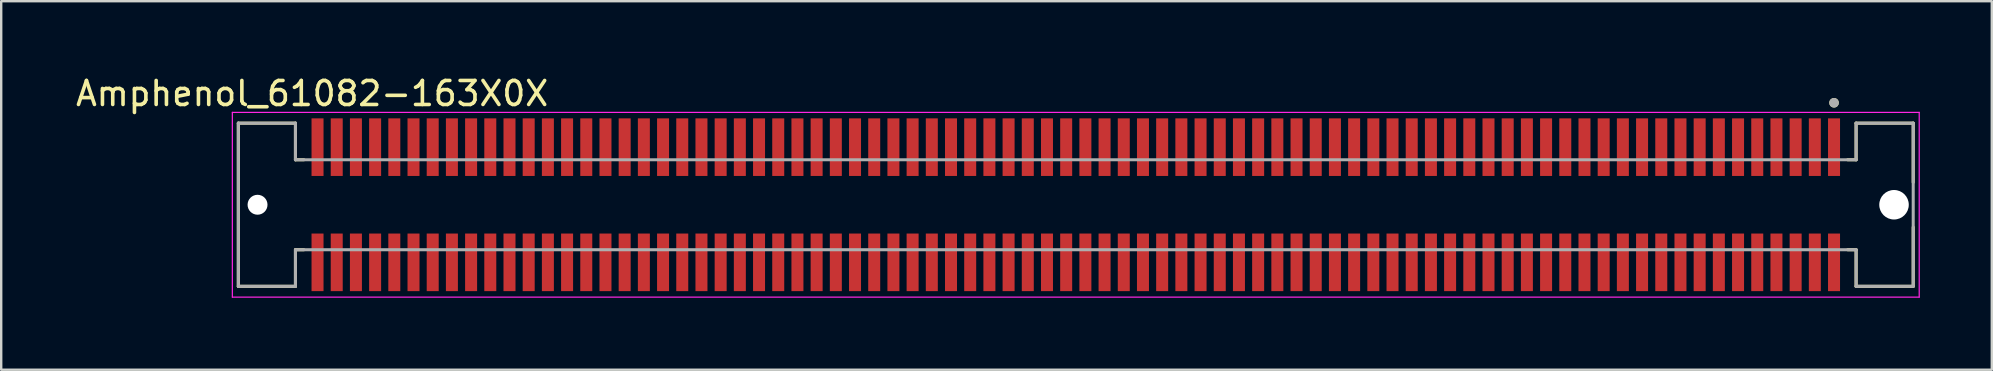
<source format=kicad_pcb>
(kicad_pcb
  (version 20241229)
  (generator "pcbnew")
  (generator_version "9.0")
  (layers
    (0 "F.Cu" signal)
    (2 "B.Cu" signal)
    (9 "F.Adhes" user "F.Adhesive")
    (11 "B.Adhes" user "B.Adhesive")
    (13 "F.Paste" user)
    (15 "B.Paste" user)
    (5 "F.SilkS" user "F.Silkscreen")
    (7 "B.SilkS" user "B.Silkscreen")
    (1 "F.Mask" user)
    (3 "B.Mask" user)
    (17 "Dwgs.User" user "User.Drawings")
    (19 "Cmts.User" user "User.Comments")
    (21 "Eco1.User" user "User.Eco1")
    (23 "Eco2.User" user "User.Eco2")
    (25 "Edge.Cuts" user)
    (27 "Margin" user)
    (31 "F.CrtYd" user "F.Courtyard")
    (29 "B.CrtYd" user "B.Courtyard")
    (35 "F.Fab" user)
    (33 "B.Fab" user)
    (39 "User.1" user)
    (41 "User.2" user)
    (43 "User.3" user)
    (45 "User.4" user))
  (footprint "Amphenol_61082-163X0X"
    (layer "F.Cu")
    (at 41.783 5.483)
    (property "Reference" "Amphenol_61082-163X0X" (at -31.825 -4.635 0) (layer "F.SilkS") (effects (font (size 1 1) (thickness 0.15))))
    (attr smd)
    (fp_line (start -34.9 -3.4) (end -34.9 3.4) (stroke (width 0.127) (type solid)) (layer "F.SilkS"))
    (fp_line (start -34.9 -3.4) (end -32.52 -3.4) (stroke (width 0.127) (type solid)) (layer "F.SilkS"))
    (fp_line (start -34.9 3.4) (end -32.52 3.4) (stroke (width 0.127) (type solid)) (layer "F.SilkS"))
    (fp_line (start -32.52 -3.4) (end -32.52 -1.875) (stroke (width 0.127) (type solid)) (layer "F.SilkS"))
    (fp_line (start -32.52 -1.875) (end -32.17 -1.875) (stroke (width 0.127) (type solid)) (layer "F.SilkS"))
    (fp_line (start -32.52 1.875) (end -32.17 1.875) (stroke (width 0.127) (type solid)) (layer "F.SilkS"))
    (fp_line (start -32.52 3.4) (end -32.52 1.875) (stroke (width 0.127) (type solid)) (layer "F.SilkS"))
    (fp_line (start 32.52 -3.4) (end 32.52 -1.875) (stroke (width 0.127) (type solid)) (layer "F.SilkS"))
    (fp_line (start 32.52 -3.4) (end 34.9 -3.4) (stroke (width 0.127) (type solid)) (layer "F.SilkS"))
    (fp_line (start 32.52 -1.875) (end 32.17 -1.875) (stroke (width 0.127) (type solid)) (layer "F.SilkS"))
    (fp_line (start 32.52 1.875) (end 32.17 1.875) (stroke (width 0.127) (type solid)) (layer "F.SilkS"))
    (fp_line (start 32.52 3.4) (end 32.52 1.875) (stroke (width 0.127) (type solid)) (layer "F.SilkS"))
    (fp_line (start 32.52 3.4) (end 34.9 3.4) (stroke (width 0.127) (type solid)) (layer "F.SilkS"))
    (fp_line (start 34.9 -3.4) (end 34.9 -0.935) (stroke (width 0.127) (type solid)) (layer "F.SilkS"))
    (fp_line (start 34.9 3.4) (end 34.9 0.935) (stroke (width 0.127) (type solid)) (layer "F.SilkS"))
    (fp_circle (center 31.6 -4.25) (end 31.7 -4.25) (stroke (width 0.2) (type solid)) (fill no) (layer "F.SilkS"))
    (fp_line (start -35.15 -3.85) (end -35.15 3.85) (stroke (width 0.05) (type solid)) (layer "F.CrtYd"))
    (fp_line (start -35.15 3.85) (end 35.15 3.85) (stroke (width 0.05) (type solid)) (layer "F.CrtYd"))
    (fp_line (start 35.15 -3.85) (end -35.15 -3.85) (stroke (width 0.05) (type solid)) (layer "F.CrtYd"))
    (fp_line (start 35.15 3.85) (end 35.15 -3.85) (stroke (width 0.05) (type solid)) (layer "F.CrtYd"))
    (fp_line (start -34.9 -3.4) (end -34.9 3.4) (stroke (width 0.127) (type solid)) (layer "F.Fab"))
    (fp_line (start -34.9 -3.4) (end -32.52 -3.4) (stroke (width 0.127) (type solid)) (layer "F.Fab"))
    (fp_line (start -34.9 3.4) (end -32.52 3.4) (stroke (width 0.127) (type solid)) (layer "F.Fab"))
    (fp_line (start -32.52 -3.4) (end -32.52 -1.875) (stroke (width 0.127) (type solid)) (layer "F.Fab"))
    (fp_line (start -32.52 -1.875) (end 32.52 -1.875) (stroke (width 0.127) (type solid)) (layer "F.Fab"))
    (fp_line (start -32.52 1.875) (end 32.52 1.875) (stroke (width 0.127) (type solid)) (layer "F.Fab"))
    (fp_line (start -32.52 3.4) (end -32.52 1.875) (stroke (width 0.127) (type solid)) (layer "F.Fab"))
    (fp_line (start 32.52 -3.4) (end 34.9 -3.4) (stroke (width 0.127) (type solid)) (layer "F.Fab"))
    (fp_line (start 32.52 -1.875) (end 32.52 -3.4) (stroke (width 0.127) (type solid)) (layer "F.Fab"))
    (fp_line (start 32.52 1.875) (end 32.52 3.4) (stroke (width 0.127) (type solid)) (layer "F.Fab"))
    (fp_line (start 32.52 3.4) (end 34.9 3.4) (stroke (width 0.127) (type solid)) (layer "F.Fab"))
    (fp_line (start 34.9 -3.4) (end 34.9 3.4) (stroke (width 0.127) (type solid)) (layer "F.Fab"))
    (fp_circle (center 31.6 -4.25) (end 31.7 -4.25) (stroke (width 0.2) (type solid)) (fill no) (layer "F.Fab"))
    (pad "" np_thru_hole circle (at -34.1 0) (size 0.83 0.83) (drill 0.83) (layers "*.Cu" "*.Mask"))
    (pad "" np_thru_hole circle (at 34.1 0) (size 1.23 1.23) (drill 1.23) (layers "*.Cu" "*.Mask"))
    (pad "1" smd rect (at 31.6 -2.4) (size 0.5 2.4) (layers "F.Cu" "F.Mask" "F.Paste"))
    (pad "2" smd rect (at 31.6 2.4) (size 0.5 2.4) (layers "F.Cu" "F.Mask" "F.Paste"))
    (pad "3" smd rect (at 30.8 -2.4) (size 0.5 2.4) (layers "F.Cu" "F.Mask" "F.Paste"))
    (pad "4" smd rect (at 30.8 2.4) (size 0.5 2.4) (layers "F.Cu" "F.Mask" "F.Paste"))
    (pad "5" smd rect (at 30 -2.4) (size 0.5 2.4) (layers "F.Cu" "F.Mask" "F.Paste"))
    (pad "6" smd rect (at 30 2.4) (size 0.5 2.4) (layers "F.Cu" "F.Mask" "F.Paste"))
    (pad "7" smd rect (at 29.2 -2.4) (size 0.5 2.4) (layers "F.Cu" "F.Mask" "F.Paste"))
    (pad "8" smd rect (at 29.2 2.4) (size 0.5 2.4) (layers "F.Cu" "F.Mask" "F.Paste"))
    (pad "9" smd rect (at 28.4 -2.4) (size 0.5 2.4) (layers "F.Cu" "F.Mask" "F.Paste"))
    (pad "10" smd rect (at 28.4 2.4) (size 0.5 2.4) (layers "F.Cu" "F.Mask" "F.Paste"))
    (pad "11" smd rect (at 27.6 -2.4) (size 0.5 2.4) (layers "F.Cu" "F.Mask" "F.Paste"))
    (pad "12" smd rect (at 27.6 2.4) (size 0.5 2.4) (layers "F.Cu" "F.Mask" "F.Paste"))
    (pad "13" smd rect (at 26.8 -2.4) (size 0.5 2.4) (layers "F.Cu" "F.Mask" "F.Paste"))
    (pad "14" smd rect (at 26.8 2.4) (size 0.5 2.4) (layers "F.Cu" "F.Mask" "F.Paste"))
    (pad "15" smd rect (at 26 -2.4) (size 0.5 2.4) (layers "F.Cu" "F.Mask" "F.Paste"))
    (pad "16" smd rect (at 26 2.4) (size 0.5 2.4) (layers "F.Cu" "F.Mask" "F.Paste"))
    (pad "17" smd rect (at 25.2 -2.4) (size 0.5 2.4) (layers "F.Cu" "F.Mask" "F.Paste"))
    (pad "18" smd rect (at 25.2 2.4) (size 0.5 2.4) (layers "F.Cu" "F.Mask" "F.Paste"))
    (pad "19" smd rect (at 24.4 -2.4) (size 0.5 2.4) (layers "F.Cu" "F.Mask" "F.Paste"))
    (pad "20" smd rect (at 24.4 2.4) (size 0.5 2.4) (layers "F.Cu" "F.Mask" "F.Paste"))
    (pad "21" smd rect (at 23.6 -2.4) (size 0.5 2.4) (layers "F.Cu" "F.Mask" "F.Paste"))
    (pad "22" smd rect (at 23.6 2.4) (size 0.5 2.4) (layers "F.Cu" "F.Mask" "F.Paste"))
    (pad "23" smd rect (at 22.8 -2.4) (size 0.5 2.4) (layers "F.Cu" "F.Mask" "F.Paste"))
    (pad "24" smd rect (at 22.8 2.4) (size 0.5 2.4) (layers "F.Cu" "F.Mask" "F.Paste"))
    (pad "25" smd rect (at 22 -2.4) (size 0.5 2.4) (layers "F.Cu" "F.Mask" "F.Paste"))
    (pad "26" smd rect (at 22 2.4) (size 0.5 2.4) (layers "F.Cu" "F.Mask" "F.Paste"))
    (pad "27" smd rect (at 21.2 -2.4) (size 0.5 2.4) (layers "F.Cu" "F.Mask" "F.Paste"))
    (pad "28" smd rect (at 21.2 2.4) (size 0.5 2.4) (layers "F.Cu" "F.Mask" "F.Paste"))
    (pad "29" smd rect (at 20.4 -2.4) (size 0.5 2.4) (layers "F.Cu" "F.Mask" "F.Paste"))
    (pad "30" smd rect (at 20.4 2.4) (size 0.5 2.4) (layers "F.Cu" "F.Mask" "F.Paste"))
    (pad "31" smd rect (at 19.6 -2.4) (size 0.5 2.4) (layers "F.Cu" "F.Mask" "F.Paste"))
    (pad "32" smd rect (at 19.6 2.4) (size 0.5 2.4) (layers "F.Cu" "F.Mask" "F.Paste"))
    (pad "33" smd rect (at 18.8 -2.4) (size 0.5 2.4) (layers "F.Cu" "F.Mask" "F.Paste"))
    (pad "34" smd rect (at 18.8 2.4) (size 0.5 2.4) (layers "F.Cu" "F.Mask" "F.Paste"))
    (pad "35" smd rect (at 18 -2.4) (size 0.5 2.4) (layers "F.Cu" "F.Mask" "F.Paste"))
    (pad "36" smd rect (at 18 2.4) (size 0.5 2.4) (layers "F.Cu" "F.Mask" "F.Paste"))
    (pad "37" smd rect (at 17.2 -2.4) (size 0.5 2.4) (layers "F.Cu" "F.Mask" "F.Paste"))
    (pad "38" smd rect (at 17.2 2.4) (size 0.5 2.4) (layers "F.Cu" "F.Mask" "F.Paste"))
    (pad "39" smd rect (at 16.4 -2.4) (size 0.5 2.4) (layers "F.Cu" "F.Mask" "F.Paste"))
    (pad "40" smd rect (at 16.4 2.4) (size 0.5 2.4) (layers "F.Cu" "F.Mask" "F.Paste"))
    (pad "41" smd rect (at 15.6 -2.4) (size 0.5 2.4) (layers "F.Cu" "F.Mask" "F.Paste"))
    (pad "42" smd rect (at 15.6 2.4) (size 0.5 2.4) (layers "F.Cu" "F.Mask" "F.Paste"))
    (pad "43" smd rect (at 14.8 -2.4) (size 0.5 2.4) (layers "F.Cu" "F.Mask" "F.Paste"))
    (pad "44" smd rect (at 14.8 2.4) (size 0.5 2.4) (layers "F.Cu" "F.Mask" "F.Paste"))
    (pad "45" smd rect (at 14 -2.4) (size 0.5 2.4) (layers "F.Cu" "F.Mask" "F.Paste"))
    (pad "46" smd rect (at 14 2.4) (size 0.5 2.4) (layers "F.Cu" "F.Mask" "F.Paste"))
    (pad "47" smd rect (at 13.2 -2.4) (size 0.5 2.4) (layers "F.Cu" "F.Mask" "F.Paste"))
    (pad "48" smd rect (at 13.2 2.4) (size 0.5 2.4) (layers "F.Cu" "F.Mask" "F.Paste"))
    (pad "49" smd rect (at 12.4 -2.4) (size 0.5 2.4) (layers "F.Cu" "F.Mask" "F.Paste"))
    (pad "50" smd rect (at 12.4 2.4) (size 0.5 2.4) (layers "F.Cu" "F.Mask" "F.Paste"))
    (pad "51" smd rect (at 11.6 -2.4) (size 0.5 2.4) (layers "F.Cu" "F.Mask" "F.Paste"))
    (pad "52" smd rect (at 11.6 2.4) (size 0.5 2.4) (layers "F.Cu" "F.Mask" "F.Paste"))
    (pad "53" smd rect (at 10.8 -2.4) (size 0.5 2.4) (layers "F.Cu" "F.Mask" "F.Paste"))
    (pad "54" smd rect (at 10.8 2.4) (size 0.5 2.4) (layers "F.Cu" "F.Mask" "F.Paste"))
    (pad "55" smd rect (at 10 -2.4) (size 0.5 2.4) (layers "F.Cu" "F.Mask" "F.Paste"))
    (pad "56" smd rect (at 10 2.4) (size 0.5 2.4) (layers "F.Cu" "F.Mask" "F.Paste"))
    (pad "57" smd rect (at 9.2 -2.4) (size 0.5 2.4) (layers "F.Cu" "F.Mask" "F.Paste"))
    (pad "58" smd rect (at 9.2 2.4) (size 0.5 2.4) (layers "F.Cu" "F.Mask" "F.Paste"))
    (pad "59" smd rect (at 8.4 -2.4) (size 0.5 2.4) (layers "F.Cu" "F.Mask" "F.Paste"))
    (pad "60" smd rect (at 8.4 2.4) (size 0.5 2.4) (layers "F.Cu" "F.Mask" "F.Paste"))
    (pad "61" smd rect (at 7.6 -2.4) (size 0.5 2.4) (layers "F.Cu" "F.Mask" "F.Paste"))
    (pad "62" smd rect (at 7.6 2.4) (size 0.5 2.4) (layers "F.Cu" "F.Mask" "F.Paste"))
    (pad "63" smd rect (at 6.8 -2.4) (size 0.5 2.4) (layers "F.Cu" "F.Mask" "F.Paste"))
    (pad "64" smd rect (at 6.8 2.4) (size 0.5 2.4) (layers "F.Cu" "F.Mask" "F.Paste"))
    (pad "65" smd rect (at 6 -2.4) (size 0.5 2.4) (layers "F.Cu" "F.Mask" "F.Paste"))
    (pad "66" smd rect (at 6 2.4) (size 0.5 2.4) (layers "F.Cu" "F.Mask" "F.Paste"))
    (pad "67" smd rect (at 5.2 -2.4) (size 0.5 2.4) (layers "F.Cu" "F.Mask" "F.Paste"))
    (pad "68" smd rect (at 5.2 2.4) (size 0.5 2.4) (layers "F.Cu" "F.Mask" "F.Paste"))
    (pad "69" smd rect (at 4.4 -2.4) (size 0.5 2.4) (layers "F.Cu" "F.Mask" "F.Paste"))
    (pad "70" smd rect (at 4.4 2.4) (size 0.5 2.4) (layers "F.Cu" "F.Mask" "F.Paste"))
    (pad "71" smd rect (at 3.6 -2.4) (size 0.5 2.4) (layers "F.Cu" "F.Mask" "F.Paste"))
    (pad "72" smd rect (at 3.6 2.4) (size 0.5 2.4) (layers "F.Cu" "F.Mask" "F.Paste"))
    (pad "73" smd rect (at 2.8 -2.4) (size 0.5 2.4) (layers "F.Cu" "F.Mask" "F.Paste"))
    (pad "74" smd rect (at 2.8 2.4) (size 0.5 2.4) (layers "F.Cu" "F.Mask" "F.Paste"))
    (pad "75" smd rect (at 2 -2.4) (size 0.5 2.4) (layers "F.Cu" "F.Mask" "F.Paste"))
    (pad "76" smd rect (at 2 2.4) (size 0.5 2.4) (layers "F.Cu" "F.Mask" "F.Paste"))
    (pad "77" smd rect (at 1.2 -2.4) (size 0.5 2.4) (layers "F.Cu" "F.Mask" "F.Paste"))
    (pad "78" smd rect (at 1.2 2.4) (size 0.5 2.4) (layers "F.Cu" "F.Mask" "F.Paste"))
    (pad "79" smd rect (at 0.4 -2.4) (size 0.5 2.4) (layers "F.Cu" "F.Mask" "F.Paste"))
    (pad "80" smd rect (at 0.4 2.4) (size 0.5 2.4) (layers "F.Cu" "F.Mask" "F.Paste"))
    (pad "81" smd rect (at -0.4 -2.4) (size 0.5 2.4) (layers "F.Cu" "F.Mask" "F.Paste"))
    (pad "82" smd rect (at -0.4 2.4) (size 0.5 2.4) (layers "F.Cu" "F.Mask" "F.Paste"))
    (pad "83" smd rect (at -1.2 -2.4) (size 0.5 2.4) (layers "F.Cu" "F.Mask" "F.Paste"))
    (pad "84" smd rect (at -1.2 2.4) (size 0.5 2.4) (layers "F.Cu" "F.Mask" "F.Paste"))
    (pad "85" smd rect (at -2 -2.4) (size 0.5 2.4) (layers "F.Cu" "F.Mask" "F.Paste"))
    (pad "86" smd rect (at -2 2.4) (size 0.5 2.4) (layers "F.Cu" "F.Mask" "F.Paste"))
    (pad "87" smd rect (at -2.8 -2.4) (size 0.5 2.4) (layers "F.Cu" "F.Mask" "F.Paste"))
    (pad "88" smd rect (at -2.8 2.4) (size 0.5 2.4) (layers "F.Cu" "F.Mask" "F.Paste"))
    (pad "89" smd rect (at -3.6 -2.4) (size 0.5 2.4) (layers "F.Cu" "F.Mask" "F.Paste"))
    (pad "90" smd rect (at -3.6 2.4) (size 0.5 2.4) (layers "F.Cu" "F.Mask" "F.Paste"))
    (pad "91" smd rect (at -4.4 -2.4) (size 0.5 2.4) (layers "F.Cu" "F.Mask" "F.Paste"))
    (pad "92" smd rect (at -4.4 2.4) (size 0.5 2.4) (layers "F.Cu" "F.Mask" "F.Paste"))
    (pad "93" smd rect (at -5.2 -2.4) (size 0.5 2.4) (layers "F.Cu" "F.Mask" "F.Paste"))
    (pad "94" smd rect (at -5.2 2.4) (size 0.5 2.4) (layers "F.Cu" "F.Mask" "F.Paste"))
    (pad "95" smd rect (at -6 -2.4) (size 0.5 2.4) (layers "F.Cu" "F.Mask" "F.Paste"))
    (pad "96" smd rect (at -6 2.4) (size 0.5 2.4) (layers "F.Cu" "F.Mask" "F.Paste"))
    (pad "97" smd rect (at -6.8 -2.4) (size 0.5 2.4) (layers "F.Cu" "F.Mask" "F.Paste"))
    (pad "98" smd rect (at -6.8 2.4) (size 0.5 2.4) (layers "F.Cu" "F.Mask" "F.Paste"))
    (pad "99" smd rect (at -7.6 -2.4) (size 0.5 2.4) (layers "F.Cu" "F.Mask" "F.Paste"))
    (pad "100" smd rect (at -7.6 2.4) (size 0.5 2.4) (layers "F.Cu" "F.Mask" "F.Paste"))
    (pad "101" smd rect (at -8.4 -2.4) (size 0.5 2.4) (layers "F.Cu" "F.Mask" "F.Paste"))
    (pad "102" smd rect (at -8.4 2.4) (size 0.5 2.4) (layers "F.Cu" "F.Mask" "F.Paste"))
    (pad "103" smd rect (at -9.2 -2.4) (size 0.5 2.4) (layers "F.Cu" "F.Mask" "F.Paste"))
    (pad "104" smd rect (at -9.2 2.4) (size 0.5 2.4) (layers "F.Cu" "F.Mask" "F.Paste"))
    (pad "105" smd rect (at -10 -2.4) (size 0.5 2.4) (layers "F.Cu" "F.Mask" "F.Paste"))
    (pad "106" smd rect (at -10 2.4) (size 0.5 2.4) (layers "F.Cu" "F.Mask" "F.Paste"))
    (pad "107" smd rect (at -10.8 -2.4) (size 0.5 2.4) (layers "F.Cu" "F.Mask" "F.Paste"))
    (pad "108" smd rect (at -10.8 2.4) (size 0.5 2.4) (layers "F.Cu" "F.Mask" "F.Paste"))
    (pad "109" smd rect (at -11.6 -2.4) (size 0.5 2.4) (layers "F.Cu" "F.Mask" "F.Paste"))
    (pad "110" smd rect (at -11.6 2.4) (size 0.5 2.4) (layers "F.Cu" "F.Mask" "F.Paste"))
    (pad "111" smd rect (at -12.4 -2.4) (size 0.5 2.4) (layers "F.Cu" "F.Mask" "F.Paste"))
    (pad "112" smd rect (at -12.4 2.4) (size 0.5 2.4) (layers "F.Cu" "F.Mask" "F.Paste"))
    (pad "113" smd rect (at -13.2 -2.4) (size 0.5 2.4) (layers "F.Cu" "F.Mask" "F.Paste"))
    (pad "114" smd rect (at -13.2 2.4) (size 0.5 2.4) (layers "F.Cu" "F.Mask" "F.Paste"))
    (pad "115" smd rect (at -14 -2.4) (size 0.5 2.4) (layers "F.Cu" "F.Mask" "F.Paste"))
    (pad "116" smd rect (at -14 2.4) (size 0.5 2.4) (layers "F.Cu" "F.Mask" "F.Paste"))
    (pad "117" smd rect (at -14.8 -2.4) (size 0.5 2.4) (layers "F.Cu" "F.Mask" "F.Paste"))
    (pad "118" smd rect (at -14.8 2.4) (size 0.5 2.4) (layers "F.Cu" "F.Mask" "F.Paste"))
    (pad "119" smd rect (at -15.6 -2.4) (size 0.5 2.4) (layers "F.Cu" "F.Mask" "F.Paste"))
    (pad "120" smd rect (at -15.6 2.4) (size 0.5 2.4) (layers "F.Cu" "F.Mask" "F.Paste"))
    (pad "121" smd rect (at -16.4 -2.4) (size 0.5 2.4) (layers "F.Cu" "F.Mask" "F.Paste"))
    (pad "122" smd rect (at -16.4 2.4) (size 0.5 2.4) (layers "F.Cu" "F.Mask" "F.Paste"))
    (pad "123" smd rect (at -17.2 -2.4) (size 0.5 2.4) (layers "F.Cu" "F.Mask" "F.Paste"))
    (pad "124" smd rect (at -17.2 2.4) (size 0.5 2.4) (layers "F.Cu" "F.Mask" "F.Paste"))
    (pad "125" smd rect (at -18 -2.4) (size 0.5 2.4) (layers "F.Cu" "F.Mask" "F.Paste"))
    (pad "126" smd rect (at -18 2.4) (size 0.5 2.4) (layers "F.Cu" "F.Mask" "F.Paste"))
    (pad "127" smd rect (at -18.8 -2.4) (size 0.5 2.4) (layers "F.Cu" "F.Mask" "F.Paste"))
    (pad "128" smd rect (at -18.8 2.4) (size 0.5 2.4) (layers "F.Cu" "F.Mask" "F.Paste"))
    (pad "129" smd rect (at -19.6 -2.4) (size 0.5 2.4) (layers "F.Cu" "F.Mask" "F.Paste"))
    (pad "130" smd rect (at -19.6 2.4) (size 0.5 2.4) (layers "F.Cu" "F.Mask" "F.Paste"))
    (pad "131" smd rect (at -20.4 -2.4) (size 0.5 2.4) (layers "F.Cu" "F.Mask" "F.Paste"))
    (pad "132" smd rect (at -20.4 2.4) (size 0.5 2.4) (layers "F.Cu" "F.Mask" "F.Paste"))
    (pad "133" smd rect (at -21.2 -2.4) (size 0.5 2.4) (layers "F.Cu" "F.Mask" "F.Paste"))
    (pad "134" smd rect (at -21.2 2.4) (size 0.5 2.4) (layers "F.Cu" "F.Mask" "F.Paste"))
    (pad "135" smd rect (at -22 -2.4) (size 0.5 2.4) (layers "F.Cu" "F.Mask" "F.Paste"))
    (pad "136" smd rect (at -22 2.4) (size 0.5 2.4) (layers "F.Cu" "F.Mask" "F.Paste"))
    (pad "137" smd rect (at -22.8 -2.4) (size 0.5 2.4) (layers "F.Cu" "F.Mask" "F.Paste"))
    (pad "138" smd rect (at -22.8 2.4) (size 0.5 2.4) (layers "F.Cu" "F.Mask" "F.Paste"))
    (pad "139" smd rect (at -23.6 -2.4) (size 0.5 2.4) (layers "F.Cu" "F.Mask" "F.Paste"))
    (pad "140" smd rect (at -23.6 2.4) (size 0.5 2.4) (layers "F.Cu" "F.Mask" "F.Paste"))
    (pad "141" smd rect (at -24.4 -2.4) (size 0.5 2.4) (layers "F.Cu" "F.Mask" "F.Paste"))
    (pad "142" smd rect (at -24.4 2.4) (size 0.5 2.4) (layers "F.Cu" "F.Mask" "F.Paste"))
    (pad "143" smd rect (at -25.2 -2.4) (size 0.5 2.4) (layers "F.Cu" "F.Mask" "F.Paste"))
    (pad "144" smd rect (at -25.2 2.4) (size 0.5 2.4) (layers "F.Cu" "F.Mask" "F.Paste"))
    (pad "145" smd rect (at -26 -2.4) (size 0.5 2.4) (layers "F.Cu" "F.Mask" "F.Paste"))
    (pad "146" smd rect (at -26 2.4) (size 0.5 2.4) (layers "F.Cu" "F.Mask" "F.Paste"))
    (pad "147" smd rect (at -26.8 -2.4) (size 0.5 2.4) (layers "F.Cu" "F.Mask" "F.Paste"))
    (pad "148" smd rect (at -26.8 2.4) (size 0.5 2.4) (layers "F.Cu" "F.Mask" "F.Paste"))
    (pad "149" smd rect (at -27.6 -2.4) (size 0.5 2.4) (layers "F.Cu" "F.Mask" "F.Paste"))
    (pad "150" smd rect (at -27.6 2.4) (size 0.5 2.4) (layers "F.Cu" "F.Mask" "F.Paste"))
    (pad "151" smd rect (at -28.4 -2.4) (size 0.5 2.4) (layers "F.Cu" "F.Mask" "F.Paste"))
    (pad "152" smd rect (at -28.4 2.4) (size 0.5 2.4) (layers "F.Cu" "F.Mask" "F.Paste"))
    (pad "153" smd rect (at -29.2 -2.4) (size 0.5 2.4) (layers "F.Cu" "F.Mask" "F.Paste"))
    (pad "154" smd rect (at -29.2 2.4) (size 0.5 2.4) (layers "F.Cu" "F.Mask" "F.Paste"))
    (pad "155" smd rect (at -30 -2.4) (size 0.5 2.4) (layers "F.Cu" "F.Mask" "F.Paste"))
    (pad "156" smd rect (at -30 2.4) (size 0.5 2.4) (layers "F.Cu" "F.Mask" "F.Paste"))
    (pad "157" smd rect (at -30.8 -2.4) (size 0.5 2.4) (layers "F.Cu" "F.Mask" "F.Paste"))
    (pad "158" smd rect (at -30.8 2.4) (size 0.5 2.4) (layers "F.Cu" "F.Mask" "F.Paste"))
    (pad "159" smd rect (at -31.6 -2.4) (size 0.5 2.4) (layers "F.Cu" "F.Mask" "F.Paste"))
    (pad "160" smd rect (at -31.6 2.4) (size 0.5 2.4) (layers "F.Cu" "F.Mask" "F.Paste")))
  (gr_rect
    (start -3 -3)
    (end 79.958 12.358)
    (stroke (width 0.1) (type default))
    (fill no)
    (layer "Edge.Cuts")))
</source>
